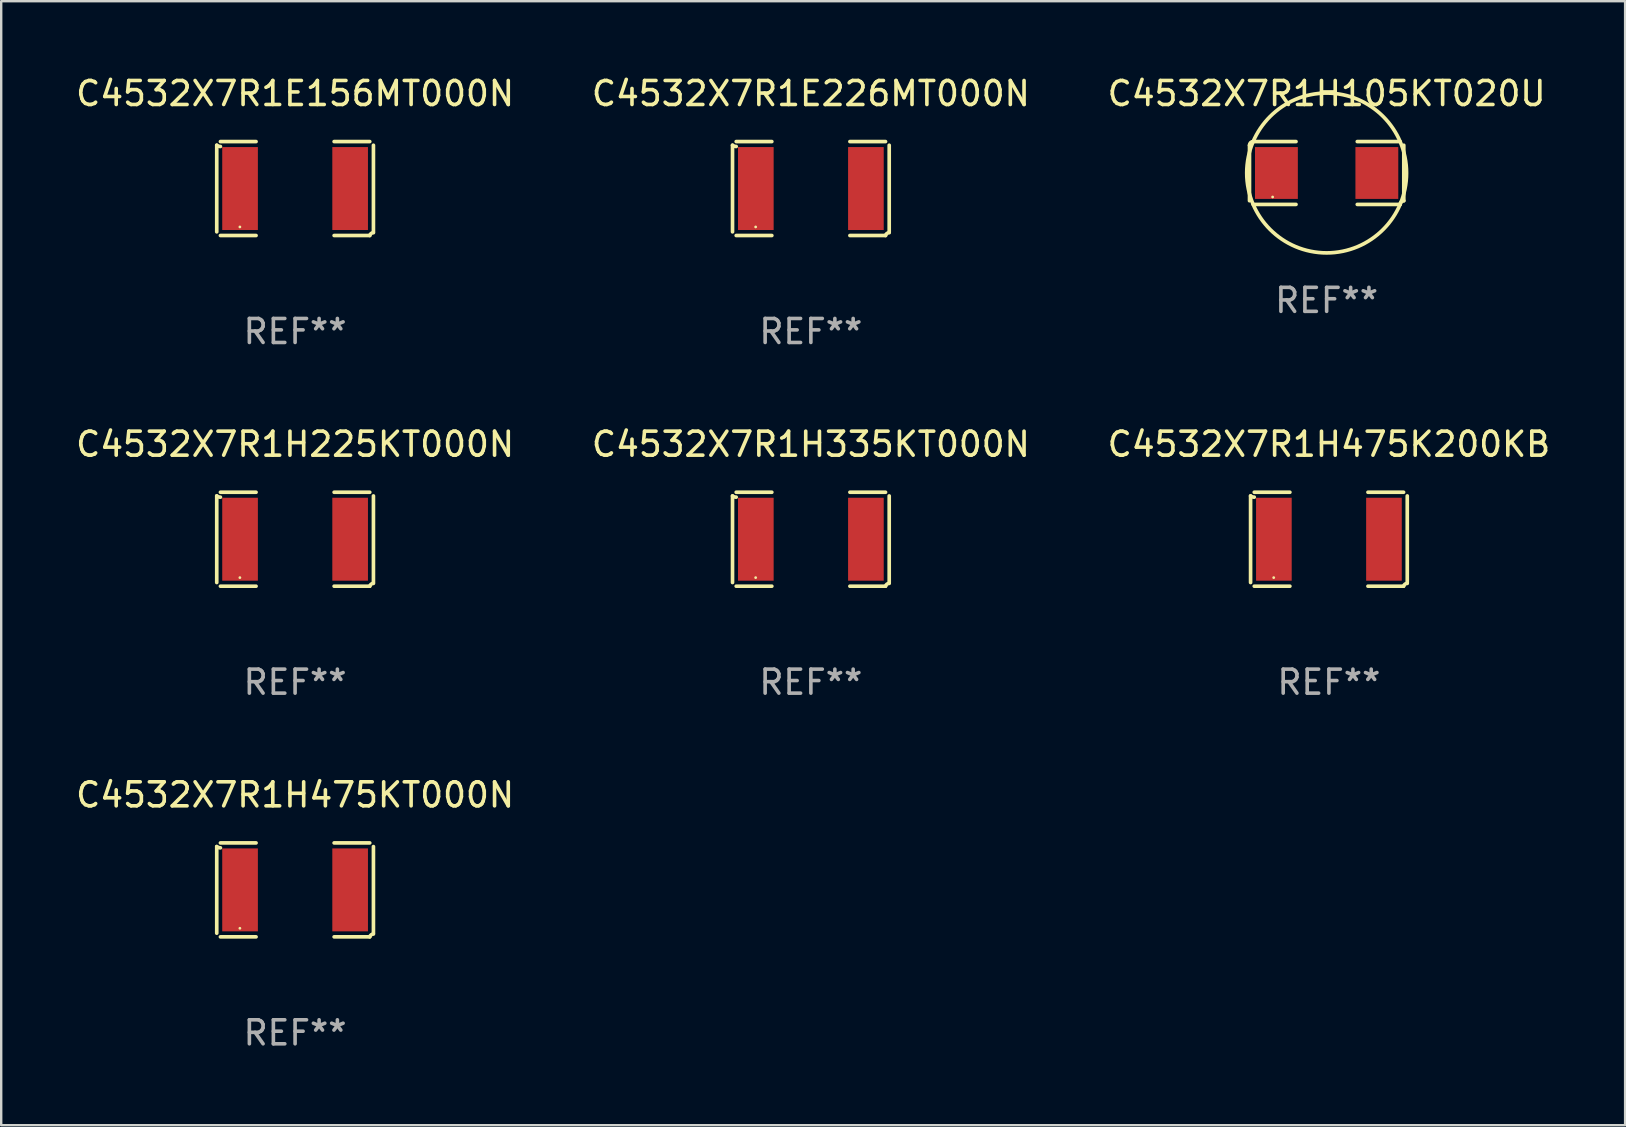
<source format=kicad_pcb>
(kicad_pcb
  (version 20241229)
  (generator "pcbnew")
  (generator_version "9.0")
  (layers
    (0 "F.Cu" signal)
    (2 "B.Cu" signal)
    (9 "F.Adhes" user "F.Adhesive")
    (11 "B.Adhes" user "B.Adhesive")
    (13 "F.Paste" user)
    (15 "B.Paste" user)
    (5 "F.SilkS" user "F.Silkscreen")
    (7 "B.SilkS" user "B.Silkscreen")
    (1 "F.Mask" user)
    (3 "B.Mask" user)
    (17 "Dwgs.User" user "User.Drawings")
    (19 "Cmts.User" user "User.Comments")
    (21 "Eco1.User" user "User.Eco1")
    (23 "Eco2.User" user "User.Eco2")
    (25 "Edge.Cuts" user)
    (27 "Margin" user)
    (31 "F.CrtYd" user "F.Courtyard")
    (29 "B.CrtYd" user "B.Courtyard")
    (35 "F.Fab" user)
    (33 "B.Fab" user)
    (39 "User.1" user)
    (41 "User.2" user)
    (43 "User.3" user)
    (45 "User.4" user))
  (footprint "C4532X7R1H105KT020U"
    (layer "F.Cu")
    (at 52.22 4.157)
    (property "Reference" "C4532X7R1H105KT020U" (at 0 -3.309 0) (layer "F.SilkS") (effects (font (size 1 1) (thickness 0.15))))
    (attr through_hole)
    (fp_line (start -3.214 -1.156) (end -3.214 1.156) (stroke (width 0.152) (type solid)) (layer "F.SilkS"))
    (fp_line (start -3.061 1.309) (end -1.276 1.309) (stroke (width 0.152) (type solid)) (layer "F.SilkS"))
    (fp_line (start -1.276 -1.309) (end -3.061 -1.309) (stroke (width 0.152) (type solid)) (layer "F.SilkS"))
    (fp_line (start 1.276 -1.309) (end 3.061 -1.309) (stroke (width 0.152) (type solid)) (layer "F.SilkS"))
    (fp_line (start 3.061 1.309) (end 1.276 1.309) (stroke (width 0.152) (type solid)) (layer "F.SilkS"))
    (fp_line (start 3.214 -1.156) (end 3.214 1.156) (stroke (width 0.152) (type solid)) (layer "F.SilkS"))
    (fp_arc (start -3.21359 -1.15621) (mid -3.168953 -1.263974) (end -3.061189 -1.308611) (stroke (width 0.1524) (type solid)) (layer "F.SilkS"))
    (fp_arc (start 3.061188 1.308611) (mid 3.105825 1.200847) (end 3.213589 1.15621) (stroke (width 0.1524) (type solid)) (layer "F.SilkS"))
    (fp_arc (start 3.061189 -1.308611) (mid -3.061167 1.308589) (end 3.061189 -1.308611) (stroke (width 0.1524) (type solid)) (layer "F.SilkS"))
    (fp_circle (center -2.25 1) (end -2.22 1) (stroke (width 0.06) (type solid)) (fill no) (layer "F.SilkS"))
    (fp_text user "REF**" (at 0 5.309 0) (layer "F.Fab") (effects (font (size 1 1) (thickness 0.15))))
    (pad "1" smd rect (at -2.092 0) (size 1.785 2.16) (layers "F.Cu" "F.Mask" "F.Paste"))
    (pad "2" smd rect (at 2.092 0) (size 1.785 2.16) (layers "F.Cu" "F.Mask" "F.Paste")))
  (footprint "C4532X7R1H225KT000N"
    (layer "F.Cu")
    (at 9.244 19.415)
    (property "Reference" "C4532X7R1H225KT000N" (at 0 -3.957 0) (layer "F.SilkS") (effects (font (size 1 1) (thickness 0.15))))
    (attr through_hole)
    (fp_line (start -3.264 1.804) (end -3.264 -1.804) (stroke (width 0.152) (type solid)) (layer "F.SilkS"))
    (fp_line (start -3.111 -1.957) (end -1.626 -1.957) (stroke (width 0.152) (type solid)) (layer "F.SilkS"))
    (fp_line (start -1.626 1.957) (end -3.111 1.957) (stroke (width 0.152) (type solid)) (layer "F.SilkS"))
    (fp_line (start 1.626 1.957) (end 3.111 1.957) (stroke (width 0.152) (type solid)) (layer "F.SilkS"))
    (fp_line (start 3.111 -1.957) (end 1.626 -1.957) (stroke (width 0.152) (type solid)) (layer "F.SilkS"))
    (fp_line (start 3.264 1.804) (end 3.264 -1.804) (stroke (width 0.152) (type solid)) (layer "F.SilkS"))
    (fp_arc (start -3.111202 -1.752192) (mid -3.191715 -1.76555) (end -3.263602 -1.804191) (stroke (width 0.1524) (type solid)) (layer "F.SilkS"))
    (fp_arc (start 3.111201 1.956591) (mid 3.167789 1.872777) (end 3.263602 1.840424) (stroke (width 0.1524) (type solid)) (layer "F.SilkS"))
    (fp_circle (center -2.3 1.6) (end -2.27 1.6) (stroke (width 0.06) (type solid)) (fill no) (layer "F.SilkS"))
    (fp_text user "REF**" (at 0 5.957 0) (layer "F.Fab") (effects (font (size 1 1) (thickness 0.15))))
    (pad "1" smd rect (at -2.293 0) (size 1.485 3.456) (layers "F.Cu" "F.Mask" "F.Paste"))
    (pad "2" smd rect (at 2.293 0) (size 1.485 3.456) (layers "F.Cu" "F.Mask" "F.Paste")))
  (footprint "C4532X7R1H475KT000N"
    (layer "F.Cu")
    (at 9.244 34.024)
    (property "Reference" "C4532X7R1H475KT000N" (at 0 -3.957 0) (layer "F.SilkS") (effects (font (size 1 1) (thickness 0.15))))
    (attr through_hole)
    (fp_line (start -3.264 1.804) (end -3.264 -1.804) (stroke (width 0.152) (type solid)) (layer "F.SilkS"))
    (fp_line (start -3.111 -1.957) (end -1.626 -1.957) (stroke (width 0.152) (type solid)) (layer "F.SilkS"))
    (fp_line (start -1.626 1.957) (end -3.111 1.957) (stroke (width 0.152) (type solid)) (layer "F.SilkS"))
    (fp_line (start 1.626 1.957) (end 3.111 1.957) (stroke (width 0.152) (type solid)) (layer "F.SilkS"))
    (fp_line (start 3.111 -1.957) (end 1.626 -1.957) (stroke (width 0.152) (type solid)) (layer "F.SilkS"))
    (fp_line (start 3.264 1.804) (end 3.264 -1.804) (stroke (width 0.152) (type solid)) (layer "F.SilkS"))
    (fp_arc (start -3.111202 -1.752192) (mid -3.191715 -1.76555) (end -3.263602 -1.804191) (stroke (width 0.1524) (type solid)) (layer "F.SilkS"))
    (fp_arc (start 3.111201 1.956591) (mid 3.167789 1.872777) (end 3.263602 1.840424) (stroke (width 0.1524) (type solid)) (layer "F.SilkS"))
    (fp_circle (center -2.3 1.6) (end -2.27 1.6) (stroke (width 0.06) (type solid)) (fill no) (layer "F.SilkS"))
    (fp_text user "REF**" (at 0 5.957 0) (layer "F.Fab") (effects (font (size 1 1) (thickness 0.15))))
    (pad "1" smd rect (at -2.293 0) (size 1.485 3.456) (layers "F.Cu" "F.Mask" "F.Paste"))
    (pad "2" smd rect (at 2.293 0) (size 1.485 3.456) (layers "F.Cu" "F.Mask" "F.Paste")))
  (footprint "C4532X7R1H475K200KB"
    (layer "F.Cu")
    (at 52.315 19.415)
    (property "Reference" "C4532X7R1H475K200KB" (at 0 -3.957 0) (layer "F.SilkS") (effects (font (size 1 1) (thickness 0.15))))
    (attr through_hole)
    (fp_line (start -3.264 1.804) (end -3.264 -1.804) (stroke (width 0.152) (type solid)) (layer "F.SilkS"))
    (fp_line (start -3.111 -1.957) (end -1.626 -1.957) (stroke (width 0.152) (type solid)) (layer "F.SilkS"))
    (fp_line (start -1.626 1.957) (end -3.111 1.957) (stroke (width 0.152) (type solid)) (layer "F.SilkS"))
    (fp_line (start 1.626 1.957) (end 3.111 1.957) (stroke (width 0.152) (type solid)) (layer "F.SilkS"))
    (fp_line (start 3.111 -1.957) (end 1.626 -1.957) (stroke (width 0.152) (type solid)) (layer "F.SilkS"))
    (fp_line (start 3.264 1.804) (end 3.264 -1.804) (stroke (width 0.152) (type solid)) (layer "F.SilkS"))
    (fp_arc (start -3.111202 -1.752192) (mid -3.191715 -1.76555) (end -3.263602 -1.804191) (stroke (width 0.1524) (type solid)) (layer "F.SilkS"))
    (fp_arc (start 3.111201 1.956591) (mid 3.167789 1.872777) (end 3.263602 1.840424) (stroke (width 0.1524) (type solid)) (layer "F.SilkS"))
    (fp_circle (center -2.3 1.6) (end -2.27 1.6) (stroke (width 0.06) (type solid)) (fill no) (layer "F.SilkS"))
    (fp_text user "REF**" (at 0 5.957 0) (layer "F.Fab") (effects (font (size 1 1) (thickness 0.15))))
    (pad "1" smd rect (at -2.293 0) (size 1.485 3.456) (layers "F.Cu" "F.Mask" "F.Paste"))
    (pad "2" smd rect (at 2.293 0) (size 1.485 3.456) (layers "F.Cu" "F.Mask" "F.Paste")))
  (footprint "C4532X7R1E156MT000N"
    (layer "F.Cu")
    (at 9.244 4.805)
    (property "Reference" "C4532X7R1E156MT000N" (at 0 -3.957 0) (layer "F.SilkS") (effects (font (size 1 1) (thickness 0.15))))
    (attr through_hole)
    (fp_line (start -3.264 1.804) (end -3.264 -1.804) (stroke (width 0.152) (type solid)) (layer "F.SilkS"))
    (fp_line (start -3.111 -1.957) (end -1.626 -1.957) (stroke (width 0.152) (type solid)) (layer "F.SilkS"))
    (fp_line (start -1.626 1.957) (end -3.111 1.957) (stroke (width 0.152) (type solid)) (layer "F.SilkS"))
    (fp_line (start 1.626 1.957) (end 3.111 1.957) (stroke (width 0.152) (type solid)) (layer "F.SilkS"))
    (fp_line (start 3.111 -1.957) (end 1.626 -1.957) (stroke (width 0.152) (type solid)) (layer "F.SilkS"))
    (fp_line (start 3.264 1.804) (end 3.264 -1.804) (stroke (width 0.152) (type solid)) (layer "F.SilkS"))
    (fp_arc (start -3.111202 -1.752192) (mid -3.191715 -1.76555) (end -3.263602 -1.804191) (stroke (width 0.1524) (type solid)) (layer "F.SilkS"))
    (fp_arc (start 3.111201 1.956591) (mid 3.167789 1.872777) (end 3.263602 1.840424) (stroke (width 0.1524) (type solid)) (layer "F.SilkS"))
    (fp_circle (center -2.3 1.6) (end -2.27 1.6) (stroke (width 0.06) (type solid)) (fill no) (layer "F.SilkS"))
    (fp_text user "REF**" (at 0 5.957 0) (layer "F.Fab") (effects (font (size 1 1) (thickness 0.15))))
    (pad "1" smd rect (at -2.293 0) (size 1.485 3.456) (layers "F.Cu" "F.Mask" "F.Paste"))
    (pad "2" smd rect (at 2.293 0) (size 1.485 3.456) (layers "F.Cu" "F.Mask" "F.Paste")))
  (footprint "C4532X7R1H335KT000N"
    (layer "F.Cu")
    (at 30.732 19.415)
    (property "Reference" "C4532X7R1H335KT000N" (at 0 -3.957 0) (layer "F.SilkS") (effects (font (size 1 1) (thickness 0.15))))
    (attr through_hole)
    (fp_line (start -3.264 1.804) (end -3.264 -1.804) (stroke (width 0.152) (type solid)) (layer "F.SilkS"))
    (fp_line (start -3.111 -1.957) (end -1.626 -1.957) (stroke (width 0.152) (type solid)) (layer "F.SilkS"))
    (fp_line (start -1.626 1.957) (end -3.111 1.957) (stroke (width 0.152) (type solid)) (layer "F.SilkS"))
    (fp_line (start 1.626 1.957) (end 3.111 1.957) (stroke (width 0.152) (type solid)) (layer "F.SilkS"))
    (fp_line (start 3.111 -1.957) (end 1.626 -1.957) (stroke (width 0.152) (type solid)) (layer "F.SilkS"))
    (fp_line (start 3.264 1.804) (end 3.264 -1.804) (stroke (width 0.152) (type solid)) (layer "F.SilkS"))
    (fp_arc (start -3.111202 -1.752192) (mid -3.191715 -1.76555) (end -3.263602 -1.804191) (stroke (width 0.1524) (type solid)) (layer "F.SilkS"))
    (fp_arc (start 3.111201 1.956591) (mid 3.167789 1.872777) (end 3.263602 1.840424) (stroke (width 0.1524) (type solid)) (layer "F.SilkS"))
    (fp_circle (center -2.3 1.6) (end -2.27 1.6) (stroke (width 0.06) (type solid)) (fill no) (layer "F.SilkS"))
    (fp_text user "REF**" (at 0 5.957 0) (layer "F.Fab") (effects (font (size 1 1) (thickness 0.15))))
    (pad "1" smd rect (at -2.293 0) (size 1.485 3.456) (layers "F.Cu" "F.Mask" "F.Paste"))
    (pad "2" smd rect (at 2.293 0) (size 1.485 3.456) (layers "F.Cu" "F.Mask" "F.Paste")))
  (footprint "C4532X7R1E226MT000N"
    (layer "F.Cu")
    (at 30.732 4.805)
    (property "Reference" "C4532X7R1E226MT000N" (at 0 -3.957 0) (layer "F.SilkS") (effects (font (size 1 1) (thickness 0.15))))
    (attr through_hole)
    (fp_line (start -3.264 1.804) (end -3.264 -1.804) (stroke (width 0.152) (type solid)) (layer "F.SilkS"))
    (fp_line (start -3.111 -1.957) (end -1.626 -1.957) (stroke (width 0.152) (type solid)) (layer "F.SilkS"))
    (fp_line (start -1.626 1.957) (end -3.111 1.957) (stroke (width 0.152) (type solid)) (layer "F.SilkS"))
    (fp_line (start 1.626 1.957) (end 3.111 1.957) (stroke (width 0.152) (type solid)) (layer "F.SilkS"))
    (fp_line (start 3.111 -1.957) (end 1.626 -1.957) (stroke (width 0.152) (type solid)) (layer "F.SilkS"))
    (fp_line (start 3.264 1.804) (end 3.264 -1.804) (stroke (width 0.152) (type solid)) (layer "F.SilkS"))
    (fp_arc (start -3.111202 -1.752192) (mid -3.191715 -1.76555) (end -3.263602 -1.804191) (stroke (width 0.1524) (type solid)) (layer "F.SilkS"))
    (fp_arc (start 3.111201 1.956591) (mid 3.167789 1.872777) (end 3.263602 1.840424) (stroke (width 0.1524) (type solid)) (layer "F.SilkS"))
    (fp_circle (center -2.3 1.6) (end -2.27 1.6) (stroke (width 0.06) (type solid)) (fill no) (layer "F.SilkS"))
    (fp_text user "REF**" (at 0 5.957 0) (layer "F.Fab") (effects (font (size 1 1) (thickness 0.15))))
    (pad "1" smd rect (at -2.293 0) (size 1.485 3.456) (layers "F.Cu" "F.Mask" "F.Paste"))
    (pad "2" smd rect (at 2.293 0) (size 1.485 3.456) (layers "F.Cu" "F.Mask" "F.Paste")))
  (gr_rect
    (start -3 -3)
    (end 64.655 43.829)
    (stroke (width 0.1) (type default))
    (fill no)
    (layer "Edge.Cuts")))
</source>
